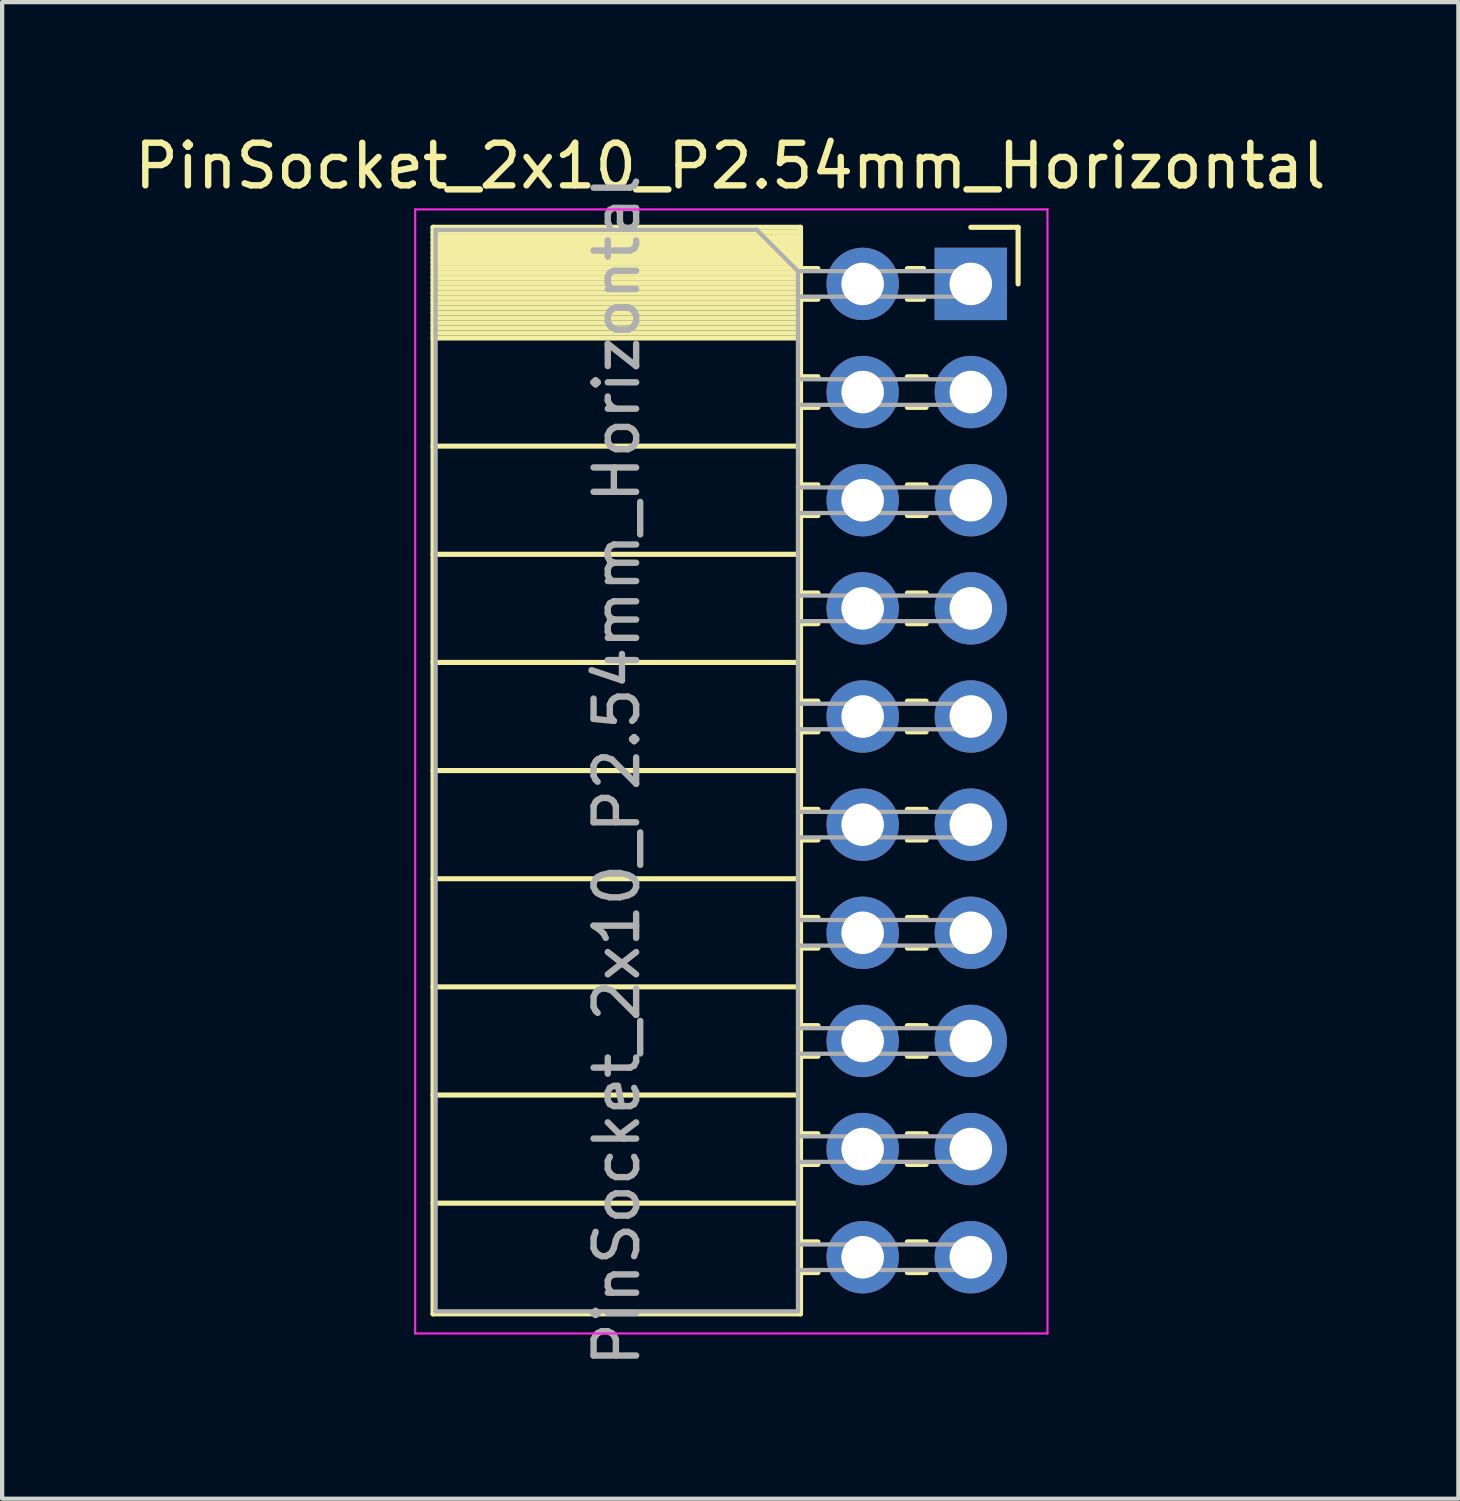
<source format=kicad_pcb>
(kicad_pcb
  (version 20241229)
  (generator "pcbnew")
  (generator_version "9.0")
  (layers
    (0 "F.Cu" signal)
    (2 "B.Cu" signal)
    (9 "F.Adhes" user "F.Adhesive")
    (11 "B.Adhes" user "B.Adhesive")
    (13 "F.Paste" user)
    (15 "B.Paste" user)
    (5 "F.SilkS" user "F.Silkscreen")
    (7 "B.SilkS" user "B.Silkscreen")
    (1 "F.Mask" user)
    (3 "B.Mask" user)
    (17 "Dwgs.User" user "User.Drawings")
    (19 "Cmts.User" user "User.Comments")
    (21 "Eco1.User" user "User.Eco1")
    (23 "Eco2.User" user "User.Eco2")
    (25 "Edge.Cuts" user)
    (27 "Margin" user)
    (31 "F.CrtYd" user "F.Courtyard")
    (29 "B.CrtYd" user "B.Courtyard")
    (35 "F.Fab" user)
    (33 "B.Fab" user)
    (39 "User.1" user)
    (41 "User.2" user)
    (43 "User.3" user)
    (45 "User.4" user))
  (footprint "PinSocket_2x10_P2.54mm_Horizontal"
    (layer "F.Cu")
    (at 19.751 3.618)
    (property "Reference" "PinSocket_2x10_P2.54mm_Horizontal" (at -5.65 -2.77 0) (layer "F.SilkS") (effects (font (size 1 1) (thickness 0.15))))
    (attr through_hole)
    (fp_line (start -12.63 -1.33) (end -12.63 24.19) (stroke (width 0.12) (type solid)) (layer "F.SilkS"))
    (fp_line (start -12.63 -1.33) (end -4 -1.33) (stroke (width 0.12) (type solid)) (layer "F.SilkS"))
    (fp_line (start -12.63 -1.21) (end -4 -1.21) (stroke (width 0.12) (type solid)) (layer "F.SilkS"))
    (fp_line (start -12.63 -1.092) (end -4 -1.092) (stroke (width 0.12) (type solid)) (layer "F.SilkS"))
    (fp_line (start -12.63 -0.974) (end -4 -0.974) (stroke (width 0.12) (type solid)) (layer "F.SilkS"))
    (fp_line (start -12.63 -0.856) (end -4 -0.856) (stroke (width 0.12) (type solid)) (layer "F.SilkS"))
    (fp_line (start -12.63 -0.738) (end -4 -0.738) (stroke (width 0.12) (type solid)) (layer "F.SilkS"))
    (fp_line (start -12.63 -0.62) (end -4 -0.62) (stroke (width 0.12) (type solid)) (layer "F.SilkS"))
    (fp_line (start -12.63 -0.501) (end -4 -0.501) (stroke (width 0.12) (type solid)) (layer "F.SilkS"))
    (fp_line (start -12.63 -0.383) (end -4 -0.383) (stroke (width 0.12) (type solid)) (layer "F.SilkS"))
    (fp_line (start -12.63 -0.265) (end -4 -0.265) (stroke (width 0.12) (type solid)) (layer "F.SilkS"))
    (fp_line (start -12.63 -0.147) (end -4 -0.147) (stroke (width 0.12) (type solid)) (layer "F.SilkS"))
    (fp_line (start -12.63 -0.029) (end -4 -0.029) (stroke (width 0.12) (type solid)) (layer "F.SilkS"))
    (fp_line (start -12.63 0.089) (end -4 0.089) (stroke (width 0.12) (type solid)) (layer "F.SilkS"))
    (fp_line (start -12.63 0.207) (end -4 0.207) (stroke (width 0.12) (type solid)) (layer "F.SilkS"))
    (fp_line (start -12.63 0.325) (end -4 0.325) (stroke (width 0.12) (type solid)) (layer "F.SilkS"))
    (fp_line (start -12.63 0.443) (end -4 0.443) (stroke (width 0.12) (type solid)) (layer "F.SilkS"))
    (fp_line (start -12.63 0.561) (end -4 0.561) (stroke (width 0.12) (type solid)) (layer "F.SilkS"))
    (fp_line (start -12.63 0.68) (end -4 0.68) (stroke (width 0.12) (type solid)) (layer "F.SilkS"))
    (fp_line (start -12.63 0.798) (end -4 0.798) (stroke (width 0.12) (type solid)) (layer "F.SilkS"))
    (fp_line (start -12.63 0.916) (end -4 0.916) (stroke (width 0.12) (type solid)) (layer "F.SilkS"))
    (fp_line (start -12.63 1.034) (end -4 1.034) (stroke (width 0.12) (type solid)) (layer "F.SilkS"))
    (fp_line (start -12.63 1.152) (end -4 1.152) (stroke (width 0.12) (type solid)) (layer "F.SilkS"))
    (fp_line (start -12.63 1.27) (end -4 1.27) (stroke (width 0.12) (type solid)) (layer "F.SilkS"))
    (fp_line (start -12.63 3.81) (end -4 3.81) (stroke (width 0.12) (type solid)) (layer "F.SilkS"))
    (fp_line (start -12.63 6.35) (end -4 6.35) (stroke (width 0.12) (type solid)) (layer "F.SilkS"))
    (fp_line (start -12.63 8.89) (end -4 8.89) (stroke (width 0.12) (type solid)) (layer "F.SilkS"))
    (fp_line (start -12.63 11.43) (end -4 11.43) (stroke (width 0.12) (type solid)) (layer "F.SilkS"))
    (fp_line (start -12.63 13.97) (end -4 13.97) (stroke (width 0.12) (type solid)) (layer "F.SilkS"))
    (fp_line (start -12.63 16.51) (end -4 16.51) (stroke (width 0.12) (type solid)) (layer "F.SilkS"))
    (fp_line (start -12.63 19.05) (end -4 19.05) (stroke (width 0.12) (type solid)) (layer "F.SilkS"))
    (fp_line (start -12.63 21.59) (end -4 21.59) (stroke (width 0.12) (type solid)) (layer "F.SilkS"))
    (fp_line (start -12.63 24.19) (end -4 24.19) (stroke (width 0.12) (type solid)) (layer "F.SilkS"))
    (fp_line (start -4 -1.33) (end -4 24.19) (stroke (width 0.12) (type solid)) (layer "F.SilkS"))
    (fp_line (start -4 -0.36) (end -3.59 -0.36) (stroke (width 0.12) (type solid)) (layer "F.SilkS"))
    (fp_line (start -4 0.36) (end -3.59 0.36) (stroke (width 0.12) (type solid)) (layer "F.SilkS"))
    (fp_line (start -4 2.18) (end -3.59 2.18) (stroke (width 0.12) (type solid)) (layer "F.SilkS"))
    (fp_line (start -4 2.9) (end -3.59 2.9) (stroke (width 0.12) (type solid)) (layer "F.SilkS"))
    (fp_line (start -4 4.72) (end -3.59 4.72) (stroke (width 0.12) (type solid)) (layer "F.SilkS"))
    (fp_line (start -4 5.44) (end -3.59 5.44) (stroke (width 0.12) (type solid)) (layer "F.SilkS"))
    (fp_line (start -4 7.26) (end -3.59 7.26) (stroke (width 0.12) (type solid)) (layer "F.SilkS"))
    (fp_line (start -4 7.98) (end -3.59 7.98) (stroke (width 0.12) (type solid)) (layer "F.SilkS"))
    (fp_line (start -4 9.8) (end -3.59 9.8) (stroke (width 0.12) (type solid)) (layer "F.SilkS"))
    (fp_line (start -4 10.52) (end -3.59 10.52) (stroke (width 0.12) (type solid)) (layer "F.SilkS"))
    (fp_line (start -4 12.34) (end -3.59 12.34) (stroke (width 0.12) (type solid)) (layer "F.SilkS"))
    (fp_line (start -4 13.06) (end -3.59 13.06) (stroke (width 0.12) (type solid)) (layer "F.SilkS"))
    (fp_line (start -4 14.88) (end -3.59 14.88) (stroke (width 0.12) (type solid)) (layer "F.SilkS"))
    (fp_line (start -4 15.6) (end -3.59 15.6) (stroke (width 0.12) (type solid)) (layer "F.SilkS"))
    (fp_line (start -4 17.42) (end -3.59 17.42) (stroke (width 0.12) (type solid)) (layer "F.SilkS"))
    (fp_line (start -4 18.14) (end -3.59 18.14) (stroke (width 0.12) (type solid)) (layer "F.SilkS"))
    (fp_line (start -4 19.96) (end -3.59 19.96) (stroke (width 0.12) (type solid)) (layer "F.SilkS"))
    (fp_line (start -4 20.68) (end -3.59 20.68) (stroke (width 0.12) (type solid)) (layer "F.SilkS"))
    (fp_line (start -4 22.5) (end -3.59 22.5) (stroke (width 0.12) (type solid)) (layer "F.SilkS"))
    (fp_line (start -4 23.22) (end -3.59 23.22) (stroke (width 0.12) (type solid)) (layer "F.SilkS"))
    (fp_line (start -1.49 -0.36) (end -1.11 -0.36) (stroke (width 0.12) (type solid)) (layer "F.SilkS"))
    (fp_line (start -1.49 0.36) (end -1.11 0.36) (stroke (width 0.12) (type solid)) (layer "F.SilkS"))
    (fp_line (start -1.49 2.18) (end -1.05 2.18) (stroke (width 0.12) (type solid)) (layer "F.SilkS"))
    (fp_line (start -1.49 2.9) (end -1.05 2.9) (stroke (width 0.12) (type solid)) (layer "F.SilkS"))
    (fp_line (start -1.49 4.72) (end -1.05 4.72) (stroke (width 0.12) (type solid)) (layer "F.SilkS"))
    (fp_line (start -1.49 5.44) (end -1.05 5.44) (stroke (width 0.12) (type solid)) (layer "F.SilkS"))
    (fp_line (start -1.49 7.26) (end -1.05 7.26) (stroke (width 0.12) (type solid)) (layer "F.SilkS"))
    (fp_line (start -1.49 7.98) (end -1.05 7.98) (stroke (width 0.12) (type solid)) (layer "F.SilkS"))
    (fp_line (start -1.49 9.8) (end -1.05 9.8) (stroke (width 0.12) (type solid)) (layer "F.SilkS"))
    (fp_line (start -1.49 10.52) (end -1.05 10.52) (stroke (width 0.12) (type solid)) (layer "F.SilkS"))
    (fp_line (start -1.49 12.34) (end -1.05 12.34) (stroke (width 0.12) (type solid)) (layer "F.SilkS"))
    (fp_line (start -1.49 13.06) (end -1.05 13.06) (stroke (width 0.12) (type solid)) (layer "F.SilkS"))
    (fp_line (start -1.49 14.88) (end -1.05 14.88) (stroke (width 0.12) (type solid)) (layer "F.SilkS"))
    (fp_line (start -1.49 15.6) (end -1.05 15.6) (stroke (width 0.12) (type solid)) (layer "F.SilkS"))
    (fp_line (start -1.49 17.42) (end -1.05 17.42) (stroke (width 0.12) (type solid)) (layer "F.SilkS"))
    (fp_line (start -1.49 18.14) (end -1.05 18.14) (stroke (width 0.12) (type solid)) (layer "F.SilkS"))
    (fp_line (start -1.49 19.96) (end -1.05 19.96) (stroke (width 0.12) (type solid)) (layer "F.SilkS"))
    (fp_line (start -1.49 20.68) (end -1.05 20.68) (stroke (width 0.12) (type solid)) (layer "F.SilkS"))
    (fp_line (start -1.49 22.5) (end -1.05 22.5) (stroke (width 0.12) (type solid)) (layer "F.SilkS"))
    (fp_line (start -1.49 23.22) (end -1.05 23.22) (stroke (width 0.12) (type solid)) (layer "F.SilkS"))
    (fp_line (start 0 -1.33) (end 1.11 -1.33) (stroke (width 0.12) (type solid)) (layer "F.SilkS"))
    (fp_line (start 1.11 -1.33) (end 1.11 0) (stroke (width 0.12) (type solid)) (layer "F.SilkS"))
    (fp_line (start -13.05 -1.75) (end -13.05 24.65) (stroke (width 0.05) (type solid)) (layer "F.CrtYd"))
    (fp_line (start -13.05 24.65) (end 1.8 24.65) (stroke (width 0.05) (type solid)) (layer "F.CrtYd"))
    (fp_line (start 1.8 -1.75) (end -13.05 -1.75) (stroke (width 0.05) (type solid)) (layer "F.CrtYd"))
    (fp_line (start 1.8 24.65) (end 1.8 -1.75) (stroke (width 0.05) (type solid)) (layer "F.CrtYd"))
    (fp_line (start -12.57 -1.27) (end -5.03 -1.27) (stroke (width 0.1) (type solid)) (layer "F.Fab"))
    (fp_line (start -12.57 24.13) (end -12.57 -1.27) (stroke (width 0.1) (type solid)) (layer "F.Fab"))
    (fp_line (start -5.03 -1.27) (end -4.06 -0.3) (stroke (width 0.1) (type solid)) (layer "F.Fab"))
    (fp_line (start -4.06 -0.3) (end -4.06 24.13) (stroke (width 0.1) (type solid)) (layer "F.Fab"))
    (fp_line (start -4.06 0.3) (end 0 0.3) (stroke (width 0.1) (type solid)) (layer "F.Fab"))
    (fp_line (start -4.06 2.84) (end 0 2.84) (stroke (width 0.1) (type solid)) (layer "F.Fab"))
    (fp_line (start -4.06 5.38) (end 0 5.38) (stroke (width 0.1) (type solid)) (layer "F.Fab"))
    (fp_line (start -4.06 7.92) (end 0 7.92) (stroke (width 0.1) (type solid)) (layer "F.Fab"))
    (fp_line (start -4.06 10.46) (end 0 10.46) (stroke (width 0.1) (type solid)) (layer "F.Fab"))
    (fp_line (start -4.06 13) (end 0 13) (stroke (width 0.1) (type solid)) (layer "F.Fab"))
    (fp_line (start -4.06 15.54) (end 0 15.54) (stroke (width 0.1) (type solid)) (layer "F.Fab"))
    (fp_line (start -4.06 18.08) (end 0 18.08) (stroke (width 0.1) (type solid)) (layer "F.Fab"))
    (fp_line (start -4.06 20.62) (end 0 20.62) (stroke (width 0.1) (type solid)) (layer "F.Fab"))
    (fp_line (start -4.06 23.16) (end 0 23.16) (stroke (width 0.1) (type solid)) (layer "F.Fab"))
    (fp_line (start -4.06 24.13) (end -12.57 24.13) (stroke (width 0.1) (type solid)) (layer "F.Fab"))
    (fp_line (start 0 -0.3) (end -4.06 -0.3) (stroke (width 0.1) (type solid)) (layer "F.Fab"))
    (fp_line (start 0 0.3) (end 0 -0.3) (stroke (width 0.1) (type solid)) (layer "F.Fab"))
    (fp_line (start 0 2.24) (end -4.06 2.24) (stroke (width 0.1) (type solid)) (layer "F.Fab"))
    (fp_line (start 0 2.84) (end 0 2.24) (stroke (width 0.1) (type solid)) (layer "F.Fab"))
    (fp_line (start 0 4.78) (end -4.06 4.78) (stroke (width 0.1) (type solid)) (layer "F.Fab"))
    (fp_line (start 0 5.38) (end 0 4.78) (stroke (width 0.1) (type solid)) (layer "F.Fab"))
    (fp_line (start 0 7.32) (end -4.06 7.32) (stroke (width 0.1) (type solid)) (layer "F.Fab"))
    (fp_line (start 0 7.92) (end 0 7.32) (stroke (width 0.1) (type solid)) (layer "F.Fab"))
    (fp_line (start 0 9.86) (end -4.06 9.86) (stroke (width 0.1) (type solid)) (layer "F.Fab"))
    (fp_line (start 0 10.46) (end 0 9.86) (stroke (width 0.1) (type solid)) (layer "F.Fab"))
    (fp_line (start 0 12.4) (end -4.06 12.4) (stroke (width 0.1) (type solid)) (layer "F.Fab"))
    (fp_line (start 0 13) (end 0 12.4) (stroke (width 0.1) (type solid)) (layer "F.Fab"))
    (fp_line (start 0 14.94) (end -4.06 14.94) (stroke (width 0.1) (type solid)) (layer "F.Fab"))
    (fp_line (start 0 15.54) (end 0 14.94) (stroke (width 0.1) (type solid)) (layer "F.Fab"))
    (fp_line (start 0 17.48) (end -4.06 17.48) (stroke (width 0.1) (type solid)) (layer "F.Fab"))
    (fp_line (start 0 18.08) (end 0 17.48) (stroke (width 0.1) (type solid)) (layer "F.Fab"))
    (fp_line (start 0 20.02) (end -4.06 20.02) (stroke (width 0.1) (type solid)) (layer "F.Fab"))
    (fp_line (start 0 20.62) (end 0 20.02) (stroke (width 0.1) (type solid)) (layer "F.Fab"))
    (fp_line (start 0 22.56) (end -4.06 22.56) (stroke (width 0.1) (type solid)) (layer "F.Fab"))
    (fp_line (start 0 23.16) (end 0 22.56) (stroke (width 0.1) (type solid)) (layer "F.Fab"))
    (fp_text user "${REFERENCE}" (at -8.315 11.43 90) (layer "F.Fab") (effects (font (size 1 1) (thickness 0.15))))
    (pad "1" thru_hole rect (at 0 0) (size 1.7 1.7) (drill 1) (layers "*.Cu" "*.Mask"))
    (pad "2" thru_hole circle (at -2.54 0) (size 1.7 1.7) (drill 1) (layers "*.Cu" "*.Mask"))
    (pad "3" thru_hole circle (at 0 2.54) (size 1.7 1.7) (drill 1) (layers "*.Cu" "*.Mask"))
    (pad "4" thru_hole circle (at -2.54 2.54) (size 1.7 1.7) (drill 1) (layers "*.Cu" "*.Mask"))
    (pad "5" thru_hole circle (at 0 5.08) (size 1.7 1.7) (drill 1) (layers "*.Cu" "*.Mask"))
    (pad "6" thru_hole circle (at -2.54 5.08) (size 1.7 1.7) (drill 1) (layers "*.Cu" "*.Mask"))
    (pad "7" thru_hole circle (at 0 7.62) (size 1.7 1.7) (drill 1) (layers "*.Cu" "*.Mask"))
    (pad "8" thru_hole circle (at -2.54 7.62) (size 1.7 1.7) (drill 1) (layers "*.Cu" "*.Mask"))
    (pad "9" thru_hole circle (at 0 10.16) (size 1.7 1.7) (drill 1) (layers "*.Cu" "*.Mask"))
    (pad "10" thru_hole circle (at -2.54 10.16) (size 1.7 1.7) (drill 1) (layers "*.Cu" "*.Mask"))
    (pad "11" thru_hole circle (at 0 12.7) (size 1.7 1.7) (drill 1) (layers "*.Cu" "*.Mask"))
    (pad "12" thru_hole circle (at -2.54 12.7) (size 1.7 1.7) (drill 1) (layers "*.Cu" "*.Mask"))
    (pad "13" thru_hole circle (at 0 15.24) (size 1.7 1.7) (drill 1) (layers "*.Cu" "*.Mask"))
    (pad "14" thru_hole circle (at -2.54 15.24) (size 1.7 1.7) (drill 1) (layers "*.Cu" "*.Mask"))
    (pad "15" thru_hole circle (at 0 17.78) (size 1.7 1.7) (drill 1) (layers "*.Cu" "*.Mask"))
    (pad "16" thru_hole circle (at -2.54 17.78) (size 1.7 1.7) (drill 1) (layers "*.Cu" "*.Mask"))
    (pad "17" thru_hole circle (at 0 20.32) (size 1.7 1.7) (drill 1) (layers "*.Cu" "*.Mask"))
    (pad "18" thru_hole circle (at -2.54 20.32) (size 1.7 1.7) (drill 1) (layers "*.Cu" "*.Mask"))
    (pad "19" thru_hole circle (at 0 22.86) (size 1.7 1.7) (drill 1) (layers "*.Cu" "*.Mask"))
    (pad "20" thru_hole circle (at -2.54 22.86) (size 1.7 1.7) (drill 1) (layers "*.Cu" "*.Mask")))
  (gr_rect
    (start -3 -3)
    (end 31.202 32.149)
    (stroke (width 0.1) (type default))
    (fill no)
    (layer "Edge.Cuts")))
</source>
